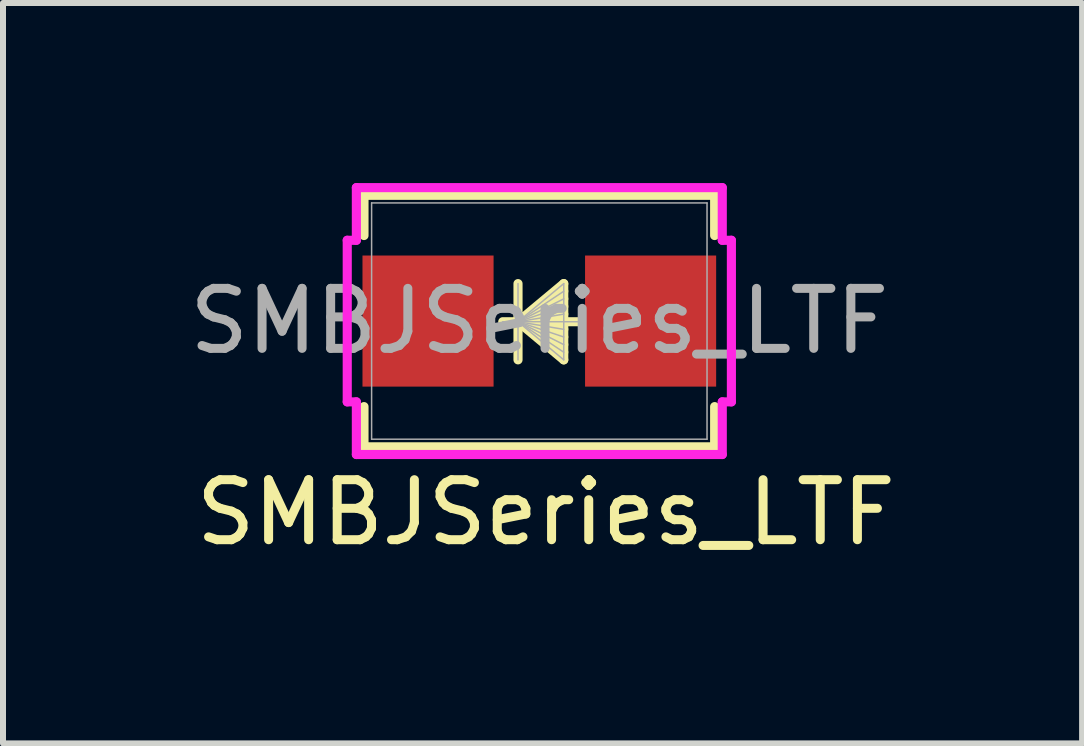
<source format=kicad_pcb>
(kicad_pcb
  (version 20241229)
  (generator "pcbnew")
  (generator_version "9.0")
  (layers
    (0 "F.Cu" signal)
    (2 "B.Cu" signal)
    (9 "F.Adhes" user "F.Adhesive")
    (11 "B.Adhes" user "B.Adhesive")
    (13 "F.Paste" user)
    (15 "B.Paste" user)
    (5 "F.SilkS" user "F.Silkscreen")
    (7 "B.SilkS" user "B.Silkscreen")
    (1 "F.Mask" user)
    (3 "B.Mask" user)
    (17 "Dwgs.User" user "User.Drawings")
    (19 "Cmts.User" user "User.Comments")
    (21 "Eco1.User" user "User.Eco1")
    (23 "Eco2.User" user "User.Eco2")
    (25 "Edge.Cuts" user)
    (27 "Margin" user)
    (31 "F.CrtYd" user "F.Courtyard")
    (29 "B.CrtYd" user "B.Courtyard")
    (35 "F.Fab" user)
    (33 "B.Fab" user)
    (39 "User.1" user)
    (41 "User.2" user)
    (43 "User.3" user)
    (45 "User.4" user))
  (footprint "SMBJSeries_LTF"
    (layer "F.Cu")
    (at 5.935 2.299)
    (property "Reference" "SMBJSeries_LTF" (at 0.109 3.188 0) (unlocked yes) (layer "F.SilkS") (effects (font (size 1 1) (thickness 0.15))))
    (attr smd)
    (fp_line (start -2.921 -2.095) (end -2.921 -1.425) (stroke (width 0.152) (type solid)) (layer "F.SilkS"))
    (fp_line (start -2.921 1.425) (end -2.921 2.095) (stroke (width 0.152) (type solid)) (layer "F.SilkS"))
    (fp_line (start -2.921 2.095) (end 2.921 2.095) (stroke (width 0.152) (type solid)) (layer "F.SilkS"))
    (fp_line (start -0.355 -0.624) (end -0.355 0.646) (stroke (width 0.152) (type solid)) (layer "F.SilkS"))
    (fp_line (start -0.355 0.011) (end 0.407 -0.624) (stroke (width 0.152) (type solid)) (layer "F.SilkS"))
    (fp_line (start -0.355 0.011) (end 0.407 -0.497) (stroke (width 0.152) (type solid)) (layer "F.SilkS"))
    (fp_line (start -0.355 0.011) (end 0.407 -0.37) (stroke (width 0.152) (type solid)) (layer "F.SilkS"))
    (fp_line (start -0.355 0.011) (end 0.407 -0.243) (stroke (width 0.152) (type solid)) (layer "F.SilkS"))
    (fp_line (start -0.355 0.011) (end 0.407 -0.116) (stroke (width 0.152) (type solid)) (layer "F.SilkS"))
    (fp_line (start -0.355 0.011) (end 0.407 0.138) (stroke (width 0.152) (type solid)) (layer "F.SilkS"))
    (fp_line (start -0.355 0.011) (end 0.407 0.265) (stroke (width 0.152) (type solid)) (layer "F.SilkS"))
    (fp_line (start -0.355 0.011) (end 0.407 0.392) (stroke (width 0.152) (type solid)) (layer "F.SilkS"))
    (fp_line (start -0.355 0.011) (end 0.407 0.519) (stroke (width 0.152) (type solid)) (layer "F.SilkS"))
    (fp_line (start -0.355 0.011) (end 0.407 0.646) (stroke (width 0.152) (type solid)) (layer "F.SilkS"))
    (fp_line (start 0.407 -0.624) (end 0.407 0.646) (stroke (width 0.152) (type solid)) (layer "F.SilkS"))
    (fp_line (start 0.661 0.011) (end -0.609 0.011) (stroke (width 0.152) (type solid)) (layer "F.SilkS"))
    (fp_line (start 2.921 -2.095) (end -2.921 -2.095) (stroke (width 0.152) (type solid)) (layer "F.SilkS"))
    (fp_line (start 2.921 -1.425) (end 2.921 -2.095) (stroke (width 0.152) (type solid)) (layer "F.SilkS"))
    (fp_line (start 2.921 2.095) (end 2.921 1.425) (stroke (width 0.152) (type solid)) (layer "F.SilkS"))
    (fp_line (start -3.2 -1.346) (end -3.048 -1.346) (stroke (width 0.152) (type solid)) (layer "F.CrtYd"))
    (fp_line (start -3.2 1.346) (end -3.2 -1.346) (stroke (width 0.152) (type solid)) (layer "F.CrtYd"))
    (fp_line (start -3.048 -2.223) (end 3.048 -2.223) (stroke (width 0.152) (type solid)) (layer "F.CrtYd"))
    (fp_line (start -3.048 -1.346) (end -3.048 -2.223) (stroke (width 0.152) (type solid)) (layer "F.CrtYd"))
    (fp_line (start -3.048 1.346) (end -3.2 1.346) (stroke (width 0.152) (type solid)) (layer "F.CrtYd"))
    (fp_line (start -3.048 2.223) (end -3.048 1.346) (stroke (width 0.152) (type solid)) (layer "F.CrtYd"))
    (fp_line (start 3.048 -2.223) (end 3.048 -1.346) (stroke (width 0.152) (type solid)) (layer "F.CrtYd"))
    (fp_line (start 3.048 -1.346) (end 3.2 -1.346) (stroke (width 0.152) (type solid)) (layer "F.CrtYd"))
    (fp_line (start 3.048 1.346) (end 3.048 2.223) (stroke (width 0.152) (type solid)) (layer "F.CrtYd"))
    (fp_line (start 3.048 2.223) (end -3.048 2.223) (stroke (width 0.152) (type solid)) (layer "F.CrtYd"))
    (fp_line (start 3.2 -1.346) (end 3.2 1.346) (stroke (width 0.152) (type solid)) (layer "F.CrtYd"))
    (fp_line (start 3.2 1.346) (end 3.048 1.346) (stroke (width 0.152) (type solid)) (layer "F.CrtYd"))
    (fp_line (start -2.794 -1.968) (end -2.794 1.968) (stroke (width 0.025) (type solid)) (layer "F.Fab"))
    (fp_line (start -2.794 1.968) (end 2.794 1.968) (stroke (width 0.025) (type solid)) (layer "F.Fab"))
    (fp_line (start -0.355 -0.624) (end -0.355 0.646) (stroke (width 0.025) (type solid)) (layer "F.Fab"))
    (fp_line (start -0.355 0.011) (end 0.407 -0.624) (stroke (width 0.025) (type solid)) (layer "F.Fab"))
    (fp_line (start -0.355 0.011) (end 0.407 -0.497) (stroke (width 0.025) (type solid)) (layer "F.Fab"))
    (fp_line (start -0.355 0.011) (end 0.407 -0.37) (stroke (width 0.025) (type solid)) (layer "F.Fab"))
    (fp_line (start -0.355 0.011) (end 0.407 -0.243) (stroke (width 0.025) (type solid)) (layer "F.Fab"))
    (fp_line (start -0.355 0.011) (end 0.407 -0.116) (stroke (width 0.025) (type solid)) (layer "F.Fab"))
    (fp_line (start -0.355 0.011) (end 0.407 0.138) (stroke (width 0.025) (type solid)) (layer "F.Fab"))
    (fp_line (start -0.355 0.011) (end 0.407 0.265) (stroke (width 0.025) (type solid)) (layer "F.Fab"))
    (fp_line (start -0.355 0.011) (end 0.407 0.392) (stroke (width 0.025) (type solid)) (layer "F.Fab"))
    (fp_line (start -0.355 0.011) (end 0.407 0.519) (stroke (width 0.025) (type solid)) (layer "F.Fab"))
    (fp_line (start -0.355 0.011) (end 0.407 0.646) (stroke (width 0.025) (type solid)) (layer "F.Fab"))
    (fp_line (start 0.407 -0.624) (end 0.407 0.646) (stroke (width 0.025) (type solid)) (layer "F.Fab"))
    (fp_line (start 0.661 0.011) (end -0.609 0.011) (stroke (width 0.025) (type solid)) (layer "F.Fab"))
    (fp_line (start 2.794 -1.968) (end -2.794 -1.968) (stroke (width 0.025) (type solid)) (layer "F.Fab"))
    (fp_line (start 2.794 1.968) (end 2.794 -1.968) (stroke (width 0.025) (type solid)) (layer "F.Fab"))
    (fp_text user "${REFERENCE}" (at 0 0 0) (unlocked yes) (layer "F.Fab") (effects (font (size 1 1) (thickness 0.15))))
    (pad "1" smd rect (at -1.854 0 90) (size 2.184 2.184) (layers "F.Cu" "F.Mask" "F.Paste"))
    (pad "2" smd rect (at 1.854 0 90) (size 2.184 2.184) (layers "F.Cu" "F.Mask" "F.Paste"))
    (zone (net_name "") (layer "F.Cu") (hatch full 0.508) (connect_pads) (min_thickness 0.254) (filled_areas_thickness no) (keepout (tracks not_allowed) (vias not_allowed) (pads allowed) (copperpour not_allowed) (footprints allowed)) (placement (enabled no)) (fill) (polygon (pts (xy 5.223 1.156) (xy 6.646 1.156) (xy 6.646 3.442) (xy 5.223 3.442)))))
  (gr_rect
    (start -3 -3)
    (end 14.978 9.335)
    (stroke (width 0.1) (type default))
    (fill no)
    (layer "Edge.Cuts")))
</source>
